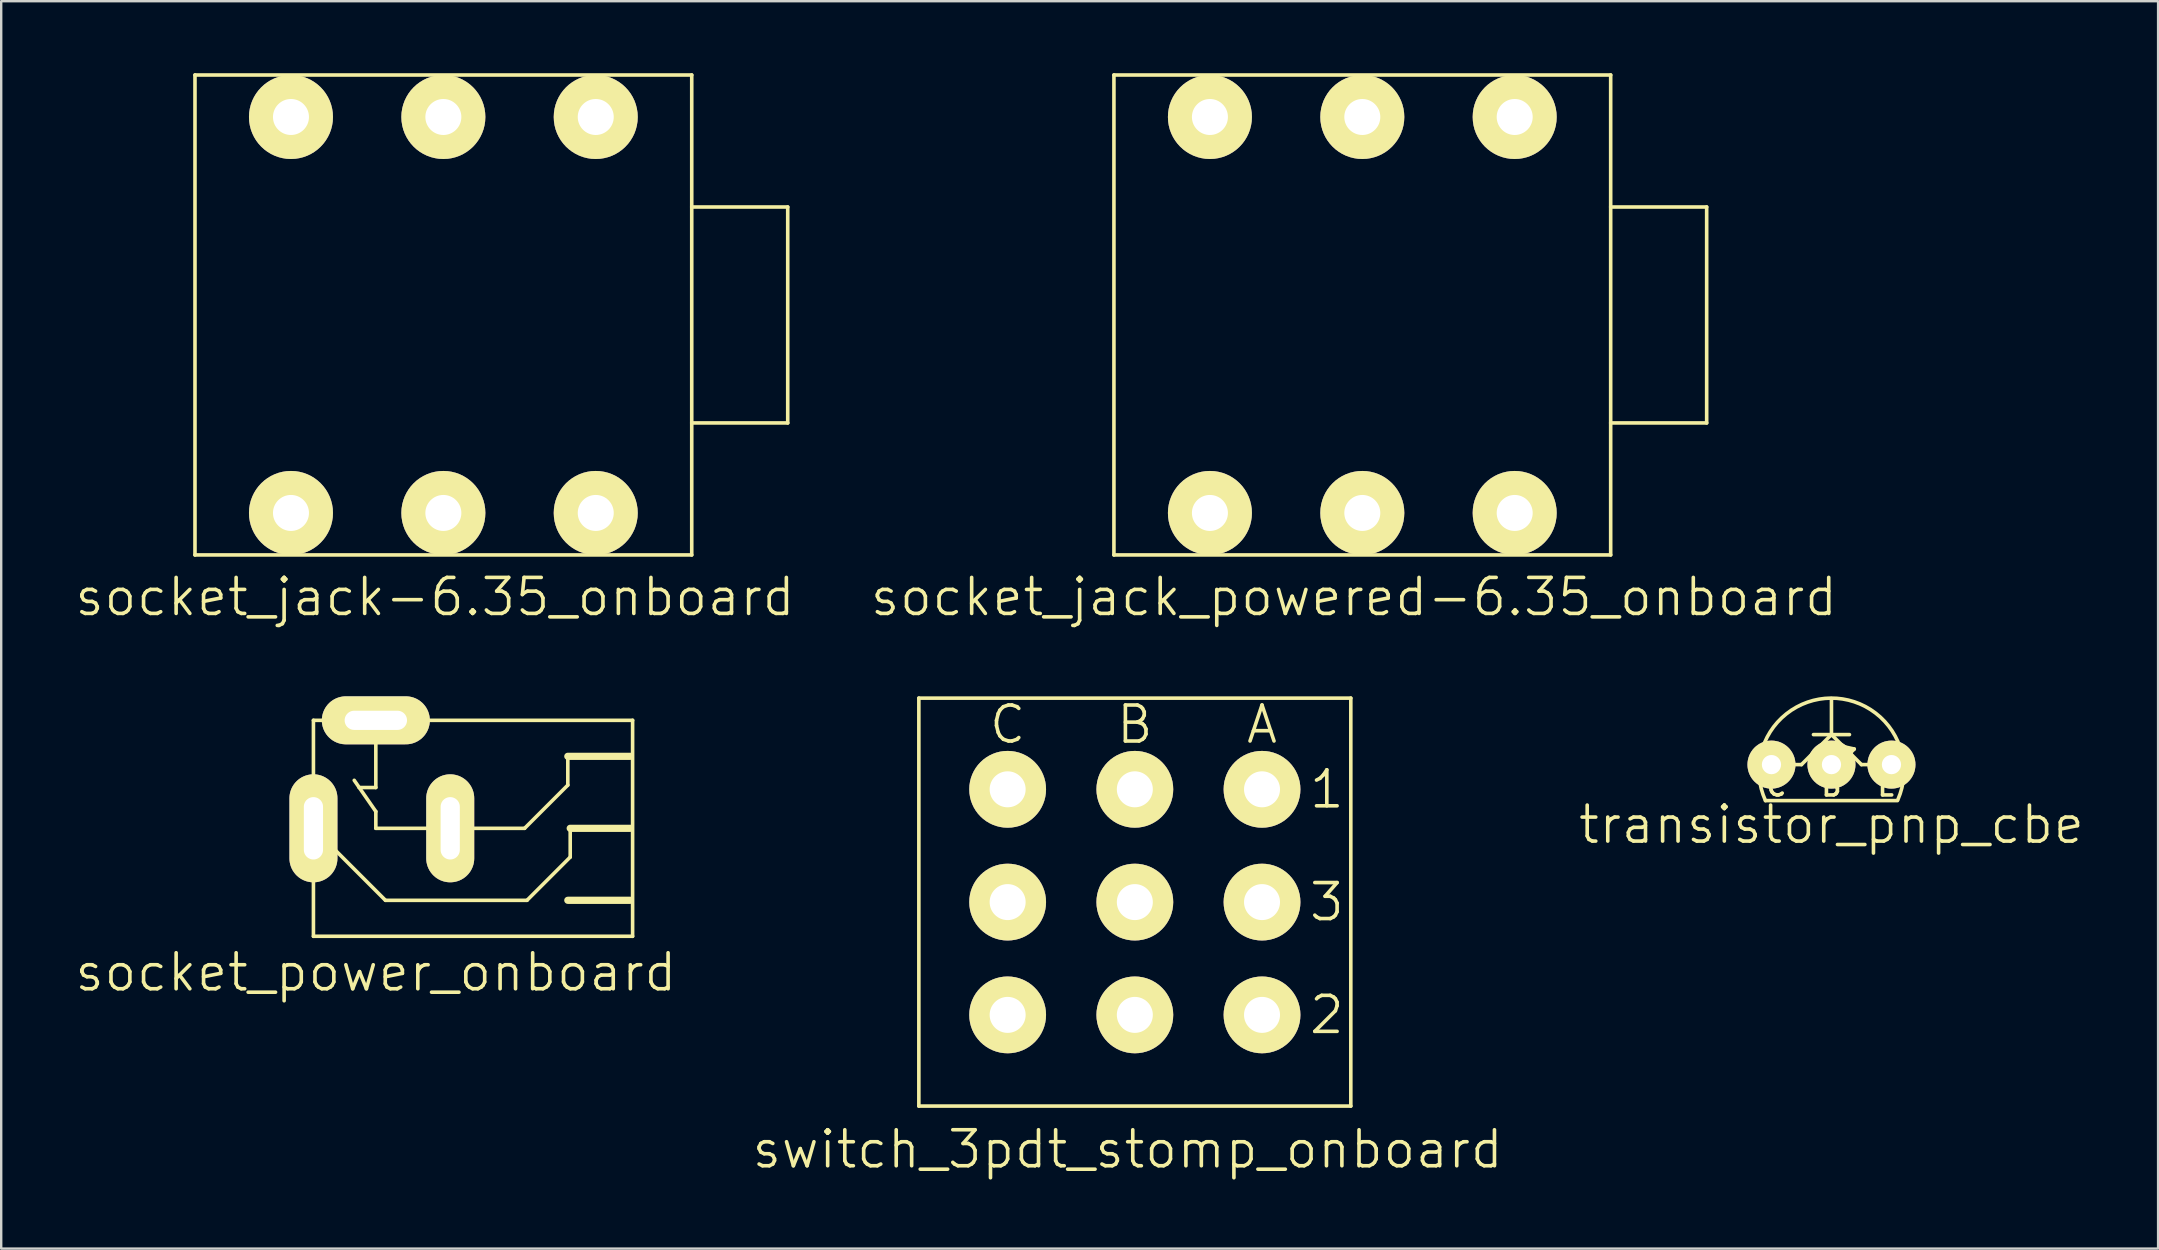
<source format=kicad_pcb>
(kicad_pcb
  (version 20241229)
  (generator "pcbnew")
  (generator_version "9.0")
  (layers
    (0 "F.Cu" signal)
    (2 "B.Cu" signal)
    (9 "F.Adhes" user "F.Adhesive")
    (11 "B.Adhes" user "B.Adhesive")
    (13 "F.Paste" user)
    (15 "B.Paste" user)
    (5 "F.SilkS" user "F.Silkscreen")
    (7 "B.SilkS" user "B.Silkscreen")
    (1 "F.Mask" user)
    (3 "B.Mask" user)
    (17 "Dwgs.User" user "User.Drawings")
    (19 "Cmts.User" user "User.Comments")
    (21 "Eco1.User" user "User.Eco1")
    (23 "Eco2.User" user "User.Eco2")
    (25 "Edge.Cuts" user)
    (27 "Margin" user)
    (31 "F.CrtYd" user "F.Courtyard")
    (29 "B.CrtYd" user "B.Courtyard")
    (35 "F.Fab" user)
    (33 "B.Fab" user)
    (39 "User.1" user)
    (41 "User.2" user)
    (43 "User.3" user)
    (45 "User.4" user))
  (footprint "socket_power_onboard"
    (layer "F.Cu")
    (at 12.611 26.966)
    (property "Reference" "socket_power_onboard" (at 0 10.5 0) (layer "F.SilkS") (effects (font (size 1.5 1.5) (thickness 0.15))))
    (attr through_hole)
    (fp_line (start -2.6 0) (end 10.7 0) (stroke (width 0.15) (type solid)) (layer "F.SilkS"))
    (fp_line (start -2.6 4.5) (end 0.4 7.5) (stroke (width 0.15) (type solid)) (layer "F.SilkS"))
    (fp_line (start -2.6 9) (end -2.6 0) (stroke (width 0.15) (type solid)) (layer "F.SilkS"))
    (fp_line (start 0 0) (end 0 2.8) (stroke (width 0.15) (type solid)) (layer "F.SilkS"))
    (fp_line (start 0 2.8) (end -0.7 2.8) (stroke (width 0.15) (type solid)) (layer "F.SilkS"))
    (fp_line (start 0 3.8) (end -0.9 2.5) (stroke (width 0.15) (type solid)) (layer "F.SilkS"))
    (fp_line (start 0 4.5) (end 0 3.8) (stroke (width 0.15) (type solid)) (layer "F.SilkS"))
    (fp_line (start 0.4 7.5) (end 6.3 7.5) (stroke (width 0.15) (type solid)) (layer "F.SilkS"))
    (fp_line (start 6.2 4.5) (end 0 4.5) (stroke (width 0.15) (type solid)) (layer "F.SilkS"))
    (fp_line (start 6.3 7.5) (end 8.1 5.7) (stroke (width 0.15) (type solid)) (layer "F.SilkS"))
    (fp_line (start 8 1.5) (end 8 2.7) (stroke (width 0.15) (type solid)) (layer "F.SilkS"))
    (fp_line (start 8 2.7) (end 6.2 4.5) (stroke (width 0.15) (type solid)) (layer "F.SilkS"))
    (fp_line (start 8.1 5.7) (end 8.1 4.5) (stroke (width 0.15) (type solid)) (layer "F.SilkS"))
    (fp_line (start 10.6 1.5) (end 8 1.5) (stroke (width 0.3) (type solid)) (layer "F.SilkS"))
    (fp_line (start 10.6 4.5) (end 8.1 4.5) (stroke (width 0.3) (type solid)) (layer "F.SilkS"))
    (fp_line (start 10.6 7.5) (end 8 7.5) (stroke (width 0.3) (type solid)) (layer "F.SilkS"))
    (fp_line (start 10.7 0) (end 10.7 9) (stroke (width 0.15) (type solid)) (layer "F.SilkS"))
    (fp_line (start 10.7 9) (end -2.6 9) (stroke (width 0.15) (type solid)) (layer "F.SilkS"))
    (pad "1" thru_hole oval (at 3.1 4.5) (size 2 4.5) (drill oval 0.8 2.6) (layers "*.Cu" "*.Mask" "F.SilkS"))
    (pad "2" thru_hole oval (at -2.6 4.5) (size 2 4.5) (drill oval 0.8 2.6) (layers "*.Cu" "*.Mask" "F.SilkS"))
    (pad "3" thru_hole oval (at 0 0) (size 4.5 2) (drill oval 2.6 0.8) (layers "*.Cu" "*.Mask" "F.SilkS")))
  (footprint "transistor_pnp_cbe"
    (layer "F.Cu")
    (at 73.268 28.812)
    (property "Reference" "transistor_pnp_cbe" (at 0 2.5 0) (layer "F.SilkS") (effects (font (size 1.5 1.5) (thickness 0.15))))
    (attr through_hole)
    (fp_line (start -1.25 0) (end -2.5 0) (stroke (width 0.15) (type solid)) (layer "F.SilkS"))
    (fp_line (start -0.75 -1.25) (end 0.75 -1.25) (stroke (width 0.15) (type solid)) (layer "F.SilkS"))
    (fp_line (start 0 -2.75) (end 0 -1.25) (stroke (width 0.15) (type solid)) (layer "F.SilkS"))
    (fp_line (start 0 -1.25) (end -1.25 0) (stroke (width 0.15) (type solid)) (layer "F.SilkS"))
    (fp_line (start 0 -1.25) (end 1.25 0) (stroke (width 0.15) (type solid)) (layer "F.SilkS"))
    (fp_line (start 0.5 -0.75) (end 0.95 -0.65) (stroke (width 0.15) (type solid)) (layer "F.SilkS"))
    (fp_line (start 0.6 -0.45) (end 0.8 -0.65) (stroke (width 0.15) (type solid)) (layer "F.SilkS"))
    (fp_line (start 0.6 -0.3) (end 0.5 -0.75) (stroke (width 0.15) (type solid)) (layer "F.SilkS"))
    (fp_line (start 0.95 -0.65) (end 0.6 -0.3) (stroke (width 0.15) (type solid)) (layer "F.SilkS"))
    (fp_line (start 1.25 0) (end 2.5 0) (stroke (width 0.15) (type solid)) (layer "F.SilkS"))
    (fp_line (start 2.75 1.5) (end -2.75 1.5) (stroke (width 0.15) (type solid)) (layer "F.SilkS"))
    (fp_arc (start -2.75 1.5) (mid -0.023406 -2.770671) (end 2.76904 1.457235) (stroke (width 0.15) (type solid)) (layer "F.SilkS"))
    (fp_text user "E" (at 2.3 0.9 0) (layer "F.SilkS") (effects (font (size 0.8 0.8) (thickness 0.15))))
    (fp_text user "C" (at -2.3 0.9 0) (layer "F.SilkS") (effects (font (size 0.8 0.8) (thickness 0.15))))
    (fp_text user "B" (at 0 0.9 0) (layer "F.SilkS") (effects (font (size 0.8 0.8) (thickness 0.15))))
    (pad "1" thru_hole circle (at -2.5 0) (size 2 2) (drill 0.8) (layers "*.Cu" "*.Mask" "F.SilkS"))
    (pad "2" thru_hole circle (at 0 0) (size 2 2) (drill 0.8) (layers "*.Cu" "*.Mask" "F.SilkS"))
    (pad "3" thru_hole circle (at 2.5 0) (size 2 2) (drill 0.8) (layers "*.Cu" "*.Mask" "F.SilkS")))
  (footprint "socket_jack_powered-6.35_onboard"
    (layer "F.Cu")
    (at 47.368 1.825)
    (property "Reference" "socket_jack_powered-6.35_onboard" (at 6 20 0) (layer "F.SilkS") (effects (font (size 1.5 1.5) (thickness 0.15))))
    (attr through_hole)
    (fp_line (start -4 -1.75) (end -4 18.25) (stroke (width 0.15) (type solid)) (layer "F.SilkS"))
    (fp_line (start -4 18.25) (end 16.7 18.25) (stroke (width 0.15) (type solid)) (layer "F.SilkS"))
    (fp_line (start 16.7 -1.75) (end -4 -1.75) (stroke (width 0.15) (type solid)) (layer "F.SilkS"))
    (fp_line (start 16.7 3.75) (end 20.7 3.75) (stroke (width 0.15) (type solid)) (layer "F.SilkS"))
    (fp_line (start 16.7 18.25) (end 16.7 -1.75) (stroke (width 0.15) (type solid)) (layer "F.SilkS"))
    (fp_line (start 20.7 3.75) (end 20.7 12.75) (stroke (width 0.15) (type solid)) (layer "F.SilkS"))
    (fp_line (start 20.7 12.75) (end 16.7 12.75) (stroke (width 0.15) (type solid)) (layer "F.SilkS"))
    (pad "1" thru_hole circle (at 12.7 16.5) (size 3.5 3.5) (drill 1.5) (layers "*.Cu" "*.Mask" "F.SilkS"))
    (pad "2" thru_hole circle (at 0 0) (size 3.5 3.5) (drill 1.5) (layers "*.Cu" "*.Mask" "F.SilkS"))
    (pad "2" thru_hole circle (at 0 16.5) (size 3.5 3.5) (drill 1.5) (layers "*.Cu" "*.Mask" "F.SilkS"))
    (pad "2" thru_hole circle (at 12.7 0) (size 3.5 3.5) (drill 1.5) (layers "*.Cu" "*.Mask" "F.SilkS"))
    (pad "3" thru_hole circle (at 6.35 0) (size 3.5 3.5) (drill 1.5) (layers "*.Cu" "*.Mask" "F.SilkS"))
    (pad "3" thru_hole circle (at 6.35 16.5) (size 3.5 3.5) (drill 1.5) (layers "*.Cu" "*.Mask" "F.SilkS")))
  (footprint "switch_3pdt_stomp_onboard"
    (layer "F.Cu")
    (at 38.939 29.841)
    (property "Reference" "switch_3pdt_stomp_onboard" (at 5 15 0) (layer "F.SilkS") (effects (font (size 1.5 1.5) (thickness 0.15))))
    (attr through_hole)
    (fp_line (start -3.7 -3.8) (end 14.3 -3.8) (stroke (width 0.15) (type solid)) (layer "F.SilkS"))
    (fp_line (start -3.7 13.2) (end -3.7 -3.8) (stroke (width 0.15) (type solid)) (layer "F.SilkS"))
    (fp_line (start 14.3 -3.8) (end 14.3 13.2) (stroke (width 0.15) (type solid)) (layer "F.SilkS"))
    (fp_line (start 14.3 13.2) (end -3.7 13.2) (stroke (width 0.15) (type solid)) (layer "F.SilkS"))
    (fp_text user "A" (at 10.6 -2.7 0) (layer "F.SilkS") (effects (font (size 1.5 1.5) (thickness 0.15))))
    (fp_text user "2" (at 13.3 9.4 0) (layer "F.SilkS") (effects (font (size 1.5 1.5) (thickness 0.15))))
    (fp_text user "1" (at 13.3 0 0) (layer "F.SilkS") (effects (font (size 1.5 1.5) (thickness 0.15))))
    (fp_text user "C" (at 0 -2.7 0) (layer "F.SilkS") (effects (font (size 1.5 1.5) (thickness 0.15))))
    (fp_text user "B" (at 5.3 -2.7 0) (layer "F.SilkS") (effects (font (size 1.5 1.5) (thickness 0.15))))
    (fp_text user "3" (at 13.3 4.7 0) (layer "F.SilkS") (effects (font (size 1.5 1.5) (thickness 0.15))))
    (pad "1" thru_hole circle (at 0 0) (size 3.2 3.2) (drill 1.5) (layers "*.Cu" "*.Mask" "F.SilkS"))
    (pad "2" thru_hole circle (at 5.3 0) (size 3.2 3.2) (drill 1.5) (layers "*.Cu" "*.Mask" "F.SilkS"))
    (pad "3" thru_hole circle (at 10.6 0) (size 3.2 3.2) (drill 1.5) (layers "*.Cu" "*.Mask" "F.SilkS"))
    (pad "4" thru_hole circle (at 0 4.7) (size 3.2 3.2) (drill 1.5) (layers "*.Cu" "*.Mask" "F.SilkS"))
    (pad "5" thru_hole circle (at 5.3 4.7) (size 3.2 3.2) (drill 1.5) (layers "*.Cu" "*.Mask" "F.SilkS"))
    (pad "6" thru_hole circle (at 10.6 4.7) (size 3.2 3.2) (drill 1.5) (layers "*.Cu" "*.Mask" "F.SilkS"))
    (pad "7" thru_hole circle (at 0 9.4) (size 3.2 3.2) (drill 1.5) (layers "*.Cu" "*.Mask" "F.SilkS"))
    (pad "8" thru_hole circle (at 5.3 9.4) (size 3.2 3.2) (drill 1.5) (layers "*.Cu" "*.Mask" "F.SilkS"))
    (pad "9" thru_hole circle (at 10.6 9.4) (size 3.2 3.2) (drill 1.5) (layers "*.Cu" "*.Mask" "F.SilkS")))
  (footprint "socket_jack-6.35_onboard"
    (layer "F.Cu")
    (at 9.075 1.825)
    (property "Reference" "socket_jack-6.35_onboard" (at 6 20 0) (layer "F.SilkS") (effects (font (size 1.5 1.5) (thickness 0.15))))
    (attr through_hole)
    (fp_line (start -4 -1.75) (end -4 18.25) (stroke (width 0.15) (type solid)) (layer "F.SilkS"))
    (fp_line (start -4 18.25) (end 16.7 18.25) (stroke (width 0.15) (type solid)) (layer "F.SilkS"))
    (fp_line (start 16.7 -1.75) (end -4 -1.75) (stroke (width 0.15) (type solid)) (layer "F.SilkS"))
    (fp_line (start 16.7 3.75) (end 20.7 3.75) (stroke (width 0.15) (type solid)) (layer "F.SilkS"))
    (fp_line (start 16.7 18.25) (end 16.7 -1.75) (stroke (width 0.15) (type solid)) (layer "F.SilkS"))
    (fp_line (start 20.7 3.75) (end 20.7 12.75) (stroke (width 0.15) (type solid)) (layer "F.SilkS"))
    (fp_line (start 20.7 12.75) (end 16.7 12.75) (stroke (width 0.15) (type solid)) (layer "F.SilkS"))
    (pad "1" thru_hole circle (at 0 0) (size 3.5 3.5) (drill 1.5) (layers "*.Cu" "*.Mask" "F.SilkS"))
    (pad "2" thru_hole circle (at 6.35 0) (size 3.5 3.5) (drill 1.5) (layers "*.Cu" "*.Mask" "F.SilkS"))
    (pad "3" thru_hole circle (at 12.7 0) (size 3.5 3.5) (drill 1.5) (layers "*.Cu" "*.Mask" "F.SilkS"))
    (pad "4" thru_hole circle (at 0 16.5) (size 3.5 3.5) (drill 1.5) (layers "*.Cu" "*.Mask" "F.SilkS"))
    (pad "5" thru_hole circle (at 6.35 16.5) (size 3.5 3.5) (drill 1.5) (layers "*.Cu" "*.Mask" "F.SilkS"))
    (pad "6" thru_hole circle (at 12.7 16.5) (size 3.5 3.5) (drill 1.5) (layers "*.Cu" "*.Mask" "F.SilkS")))
  (gr_rect
    (start -3 -3)
    (end 86.879 48.981)
    (stroke (width 0.1) (type default))
    (fill no)
    (layer "Edge.Cuts")))
</source>
